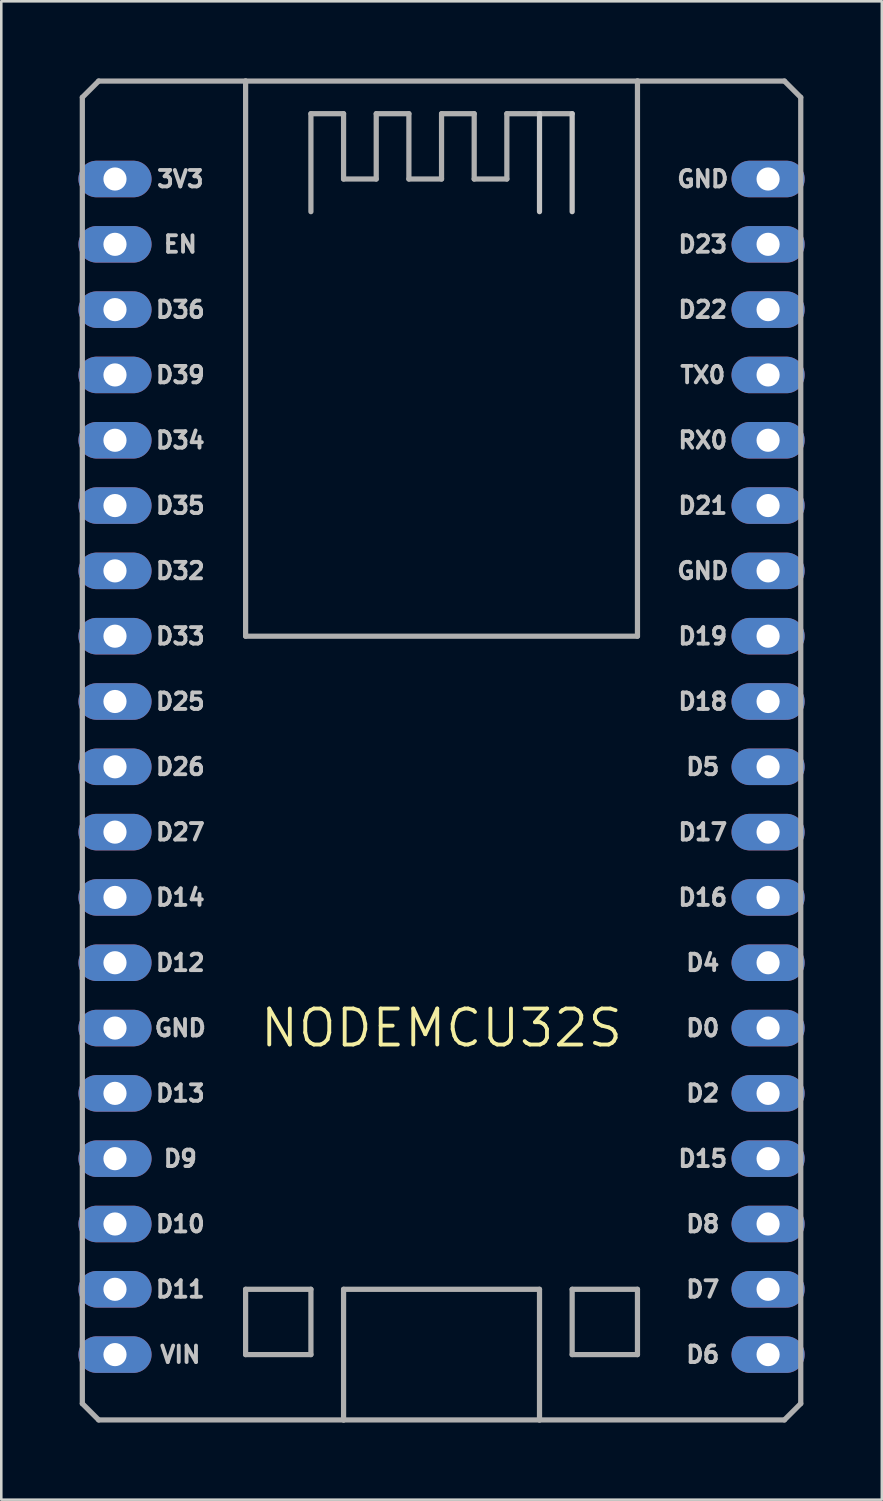
<source format=kicad_pcb>
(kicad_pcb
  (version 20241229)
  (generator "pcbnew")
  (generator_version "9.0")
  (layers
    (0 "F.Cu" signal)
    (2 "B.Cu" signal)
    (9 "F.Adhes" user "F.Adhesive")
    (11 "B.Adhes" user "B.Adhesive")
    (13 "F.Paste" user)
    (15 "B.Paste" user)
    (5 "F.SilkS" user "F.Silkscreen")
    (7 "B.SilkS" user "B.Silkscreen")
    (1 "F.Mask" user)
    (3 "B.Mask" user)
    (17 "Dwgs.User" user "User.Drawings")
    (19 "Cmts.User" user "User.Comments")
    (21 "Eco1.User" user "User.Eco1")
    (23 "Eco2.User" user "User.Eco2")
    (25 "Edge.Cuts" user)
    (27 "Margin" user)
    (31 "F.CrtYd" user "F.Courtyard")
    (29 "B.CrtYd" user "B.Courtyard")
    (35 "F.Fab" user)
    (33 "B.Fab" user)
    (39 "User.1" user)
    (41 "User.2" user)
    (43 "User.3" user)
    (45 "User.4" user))
  (footprint "NODEMCU32S"
    (layer "F.Cu")
    (at 14.122 26.772)
    (property "Reference" "NODEMCU32S" (at 0 10.16 180) (layer "F.SilkS") (effects (font (size 1.4 1.4) (thickness 0.15))))
    (attr through_hole)
    (fp_line (start 3.81 -25.4) (end 3.81 -21.59) (stroke (width 0.203) (type default)) (layer "Dwgs.User"))
    (fp_line (start 5.08 -25.4) (end 5.08 -21.59) (stroke (width 0.203) (type default)) (layer "Dwgs.User"))
    (fp_line (start -13.97 -26.035) (end -13.335 -26.67) (stroke (width 0.203) (type solid)) (layer "F.Fab"))
    (fp_line (start -13.97 24.765) (end -13.97 -26.035) (stroke (width 0.203) (type solid)) (layer "F.Fab"))
    (fp_line (start -13.97 24.765) (end -13.335 25.4) (stroke (width 0.203) (type solid)) (layer "F.Fab"))
    (fp_line (start -13.335 -26.67) (end -7.62 -26.67) (stroke (width 0.203) (type solid)) (layer "F.Fab"))
    (fp_line (start -13.335 25.4) (end -3.81 25.4) (stroke (width 0.203) (type solid)) (layer "F.Fab"))
    (fp_line (start -7.62 -26.67) (end -7.62 -5.08) (stroke (width 0.203) (type solid)) (layer "F.Fab"))
    (fp_line (start -7.62 -26.67) (end 7.62 -26.67) (stroke (width 0.203) (type solid)) (layer "F.Fab"))
    (fp_line (start -7.62 -5.08) (end 7.62 -5.08) (stroke (width 0.203) (type solid)) (layer "F.Fab"))
    (fp_line (start -7.62 20.32) (end -5.08 20.32) (stroke (width 0.203) (type solid)) (layer "F.Fab"))
    (fp_line (start -7.62 22.86) (end -7.62 20.32) (stroke (width 0.203) (type solid)) (layer "F.Fab"))
    (fp_line (start -5.08 -25.4) (end -3.81 -25.4) (stroke (width 0.203) (type solid)) (layer "F.Fab"))
    (fp_line (start -5.08 -21.59) (end -5.08 -25.4) (stroke (width 0.203) (type solid)) (layer "F.Fab"))
    (fp_line (start -5.08 20.32) (end -5.08 22.86) (stroke (width 0.203) (type solid)) (layer "F.Fab"))
    (fp_line (start -5.08 22.86) (end -7.62 22.86) (stroke (width 0.203) (type solid)) (layer "F.Fab"))
    (fp_line (start -3.81 -25.4) (end -3.81 -22.86) (stroke (width 0.203) (type solid)) (layer "F.Fab"))
    (fp_line (start -3.81 -22.86) (end -2.54 -22.86) (stroke (width 0.203) (type solid)) (layer "F.Fab"))
    (fp_line (start -3.81 20.32) (end 3.81 20.32) (stroke (width 0.203) (type solid)) (layer "F.Fab"))
    (fp_line (start -3.81 25.4) (end -3.81 20.32) (stroke (width 0.203) (type solid)) (layer "F.Fab"))
    (fp_line (start -3.81 25.4) (end 3.81 25.4) (stroke (width 0.203) (type solid)) (layer "F.Fab"))
    (fp_line (start -2.54 -25.4) (end -1.27 -25.4) (stroke (width 0.203) (type solid)) (layer "F.Fab"))
    (fp_line (start -2.54 -22.86) (end -2.54 -25.4) (stroke (width 0.203) (type solid)) (layer "F.Fab"))
    (fp_line (start -1.27 -25.4) (end -1.27 -22.86) (stroke (width 0.203) (type solid)) (layer "F.Fab"))
    (fp_line (start -1.27 -22.86) (end 0 -22.86) (stroke (width 0.203) (type solid)) (layer "F.Fab"))
    (fp_line (start 0 -25.4) (end 1.27 -25.4) (stroke (width 0.203) (type solid)) (layer "F.Fab"))
    (fp_line (start 0 -22.86) (end 0 -25.4) (stroke (width 0.203) (type solid)) (layer "F.Fab"))
    (fp_line (start 1.27 -25.4) (end 1.27 -22.86) (stroke (width 0.203) (type solid)) (layer "F.Fab"))
    (fp_line (start 1.27 -22.86) (end 2.54 -22.86) (stroke (width 0.203) (type solid)) (layer "F.Fab"))
    (fp_line (start 2.54 -25.4) (end 5.08 -25.4) (stroke (width 0.203) (type solid)) (layer "F.Fab"))
    (fp_line (start 2.54 -22.86) (end 2.54 -25.4) (stroke (width 0.203) (type solid)) (layer "F.Fab"))
    (fp_line (start 3.81 20.32) (end 3.81 25.4) (stroke (width 0.203) (type solid)) (layer "F.Fab"))
    (fp_line (start 3.81 25.4) (end 13.335 25.4) (stroke (width 0.203) (type solid)) (layer "F.Fab"))
    (fp_line (start 5.08 20.32) (end 5.08 22.86) (stroke (width 0.203) (type solid)) (layer "F.Fab"))
    (fp_line (start 5.08 22.86) (end 7.62 22.86) (stroke (width 0.203) (type solid)) (layer "F.Fab"))
    (fp_line (start 7.62 -26.67) (end 13.335 -26.67) (stroke (width 0.203) (type solid)) (layer "F.Fab"))
    (fp_line (start 7.62 -5.08) (end 7.62 -26.67) (stroke (width 0.203) (type solid)) (layer "F.Fab"))
    (fp_line (start 7.62 20.32) (end 5.08 20.32) (stroke (width 0.203) (type solid)) (layer "F.Fab"))
    (fp_line (start 7.62 22.86) (end 7.62 20.32) (stroke (width 0.203) (type solid)) (layer "F.Fab"))
    (fp_line (start 13.335 -26.67) (end 13.97 -26.035) (stroke (width 0.203) (type solid)) (layer "F.Fab"))
    (fp_line (start 13.97 -26.035) (end 13.97 24.765) (stroke (width 0.203) (type solid)) (layer "F.Fab"))
    (fp_line (start 13.97 24.765) (end 13.335 25.4) (stroke (width 0.203) (type solid)) (layer "F.Fab"))
    (fp_text user "D34" (at -10.16 -12.7 0) (layer "Dwgs.User") (effects (font (size 0.64 0.64) (thickness 0.15))))
    (fp_text user "D18" (at 10.16 -2.54 0) (layer "Dwgs.User") (effects (font (size 0.64 0.64) (thickness 0.15))))
    (fp_text user "VIN" (at -10.16 22.86 0) (layer "Dwgs.User") (effects (font (size 0.64 0.64) (thickness 0.15))))
    (fp_text user "D11" (at -10.16 20.32 0) (layer "Dwgs.User") (effects (font (size 0.64 0.64) (thickness 0.15))))
    (fp_text user "D39" (at -10.16 -15.24 0) (layer "Dwgs.User") (effects (font (size 0.64 0.64) (thickness 0.15))))
    (fp_text user "D2" (at 10.16 12.7 0) (layer "Dwgs.User") (effects (font (size 0.64 0.64) (thickness 0.15))))
    (fp_text user "D14" (at -10.16 5.08 0) (layer "Dwgs.User") (effects (font (size 0.64 0.64) (thickness 0.15))))
    (fp_text user "D7" (at 10.16 20.32 0) (layer "Dwgs.User") (effects (font (size 0.64 0.64) (thickness 0.15))))
    (fp_text user "D10" (at -10.16 17.78 0) (layer "Dwgs.User") (effects (font (size 0.64 0.64) (thickness 0.15))))
    (fp_text user "D17" (at 10.16 2.54 0) (layer "Dwgs.User") (effects (font (size 0.64 0.64) (thickness 0.15))))
    (fp_text user "D13" (at -10.16 12.7 0) (layer "Dwgs.User") (effects (font (size 0.64 0.64) (thickness 0.15))))
    (fp_text user "D33" (at -10.16 -5.08 0) (layer "Dwgs.User") (effects (font (size 0.64 0.64) (thickness 0.15))))
    (fp_text user "GND" (at -10.16 10.16 0) (layer "Dwgs.User") (effects (font (size 0.64 0.64) (thickness 0.15))))
    (fp_text user "GND" (at 10.16 -22.86 0) (layer "Dwgs.User") (effects (font (size 0.64 0.64) (thickness 0.15))))
    (fp_text user "GND" (at 10.16 -7.62 0) (layer "Dwgs.User") (effects (font (size 0.64 0.64) (thickness 0.15))))
    (fp_text user "D9" (at -10.16 15.24 0) (layer "Dwgs.User") (effects (font (size 0.64 0.64) (thickness 0.15))))
    (fp_text user "D22" (at 10.16 -17.78 0) (layer "Dwgs.User") (effects (font (size 0.64 0.64) (thickness 0.15))))
    (fp_text user "D6" (at 10.16 22.86 0) (layer "Dwgs.User") (effects (font (size 0.64 0.64) (thickness 0.15))))
    (fp_text user "D4" (at 10.16 7.62 0) (layer "Dwgs.User") (effects (font (size 0.64 0.64) (thickness 0.15))))
    (fp_text user "D25" (at -10.16 -2.54 0) (layer "Dwgs.User") (effects (font (size 0.64 0.64) (thickness 0.15))))
    (fp_text user "RX0" (at 10.16 -12.7 0) (layer "Dwgs.User") (effects (font (size 0.64 0.64) (thickness 0.15))))
    (fp_text user "D16" (at 10.16 5.08 0) (layer "Dwgs.User") (effects (font (size 0.64 0.64) (thickness 0.15))))
    (fp_text user "D27" (at -10.16 2.54 0) (layer "Dwgs.User") (effects (font (size 0.64 0.64) (thickness 0.15))))
    (fp_text user "D23" (at 10.16 -20.32 0) (layer "Dwgs.User") (effects (font (size 0.64 0.64) (thickness 0.15))))
    (fp_text user "D8" (at 10.16 17.78 0) (layer "Dwgs.User") (effects (font (size 0.64 0.64) (thickness 0.15))))
    (fp_text user "D19" (at 10.16 -5.08 0) (layer "Dwgs.User") (effects (font (size 0.64 0.64) (thickness 0.15))))
    (fp_text user "TX0" (at 10.16 -15.24 0) (layer "Dwgs.User") (effects (font (size 0.64 0.64) (thickness 0.15))))
    (fp_text user "D35" (at -10.16 -10.16 0) (layer "Dwgs.User") (effects (font (size 0.64 0.64) (thickness 0.15))))
    (fp_text user "D5" (at 10.16 0 0) (layer "Dwgs.User") (effects (font (size 0.64 0.64) (thickness 0.15))))
    (fp_text user "D12" (at -10.16 7.62 0) (layer "Dwgs.User") (effects (font (size 0.64 0.64) (thickness 0.15))))
    (fp_text user "D0" (at 10.16 10.16 0) (layer "Dwgs.User") (effects (font (size 0.64 0.64) (thickness 0.15))))
    (fp_text user "D21" (at 10.16 -10.16 0) (layer "Dwgs.User") (effects (font (size 0.64 0.64) (thickness 0.15))))
    (fp_text user "D26" (at -10.16 0 0) (layer "Dwgs.User") (effects (font (size 0.64 0.64) (thickness 0.15))))
    (fp_text user "D32" (at -10.16 -7.62 0) (layer "Dwgs.User") (effects (font (size 0.64 0.64) (thickness 0.15))))
    (fp_text user "3V3" (at -10.16 -22.86 0) (layer "Dwgs.User") (effects (font (size 0.64 0.64) (thickness 0.15))))
    (fp_text user "D36" (at -10.16 -17.78 0) (layer "Dwgs.User") (effects (font (size 0.64 0.64) (thickness 0.15))))
    (fp_text user "D15" (at 10.16 15.24 0) (layer "Dwgs.User") (effects (font (size 0.64 0.64) (thickness 0.15))))
    (fp_text user "EN" (at -10.16 -20.32 0) (layer "Dwgs.User") (effects (font (size 0.64 0.64) (thickness 0.15))))
    (pad "3V3" thru_hole oval (at -12.7 -22.86) (size 2.845 1.422) (drill 0.9) (layers "*.Cu" "*.Mask"))
    (pad "EN" thru_hole oval (at -12.7 -20.32) (size 2.845 1.422) (drill 0.9) (layers "*.Cu" "*.Mask"))
    (pad "GND" thru_hole oval (at -12.7 10.16) (size 2.845 1.422) (drill 0.9) (layers "*.Cu" "*.Mask"))
    (pad "GND" thru_hole oval (at 12.7 -22.86) (size 2.845 1.422) (drill 0.9) (layers "*.Cu" "*.Mask"))
    (pad "GND" thru_hole oval (at 12.7 -7.62) (size 2.845 1.422) (drill 0.9) (layers "*.Cu" "*.Mask"))
    (pad "GPIO0" thru_hole oval (at 12.7 10.16) (size 2.845 1.422) (drill 0.9) (layers "*.Cu" "*.Mask"))
    (pad "GPIO2" thru_hole oval (at 12.7 12.7) (size 2.845 1.422) (drill 0.9) (layers "*.Cu" "*.Mask"))
    (pad "GPIO4" thru_hole oval (at 12.7 7.62) (size 2.845 1.422) (drill 0.9) (layers "*.Cu" "*.Mask"))
    (pad "GPIO5" thru_hole oval (at 12.7 0) (size 2.845 1.422) (drill 0.9) (layers "*.Cu" "*.Mask"))
    (pad "GPIO6" thru_hole oval (at 12.7 22.86) (size 2.845 1.422) (drill 0.9) (layers "*.Cu" "*.Mask"))
    (pad "GPIO7" thru_hole oval (at 12.7 20.32) (size 2.845 1.422) (drill 0.9) (layers "*.Cu" "*.Mask"))
    (pad "GPIO8" thru_hole oval (at 12.7 17.78) (size 2.845 1.422) (drill 0.9) (layers "*.Cu" "*.Mask"))
    (pad "GPIO9" thru_hole oval (at -12.7 15.24) (size 2.845 1.422) (drill 0.9) (layers "*.Cu" "*.Mask"))
    (pad "GPIO10" thru_hole oval (at -12.7 17.78) (size 2.845 1.422) (drill 0.9) (layers "*.Cu" "*.Mask"))
    (pad "GPIO11" thru_hole oval (at -12.7 20.32) (size 2.845 1.422) (drill 0.9) (layers "*.Cu" "*.Mask"))
    (pad "GPIO12" thru_hole oval (at -12.7 7.62) (size 2.845 1.422) (drill 0.9) (layers "*.Cu" "*.Mask"))
    (pad "GPIO13" thru_hole oval (at -12.7 12.7) (size 2.845 1.422) (drill 0.9) (layers "*.Cu" "*.Mask"))
    (pad "GPIO14" thru_hole oval (at -12.7 5.08) (size 2.845 1.422) (drill 0.9) (layers "*.Cu" "*.Mask"))
    (pad "GPIO15" thru_hole oval (at 12.7 15.24) (size 2.845 1.422) (drill 0.9) (layers "*.Cu" "*.Mask"))
    (pad "GPIO16" thru_hole oval (at 12.7 5.08) (size 2.845 1.422) (drill 0.9) (layers "*.Cu" "*.Mask"))
    (pad "GPIO17" thru_hole oval (at 12.7 2.54) (size 2.845 1.422) (drill 0.9) (layers "*.Cu" "*.Mask"))
    (pad "GPIO18" thru_hole oval (at 12.7 -2.54) (size 2.845 1.422) (drill 0.9) (layers "*.Cu" "*.Mask"))
    (pad "GPIO19" thru_hole oval (at 12.7 -5.08) (size 2.845 1.422) (drill 0.9) (layers "*.Cu" "*.Mask"))
    (pad "GPIO21" thru_hole oval (at 12.7 -10.16) (size 2.845 1.422) (drill 0.9) (layers "*.Cu" "*.Mask"))
    (pad "GPIO22" thru_hole oval (at 12.7 -17.78) (size 2.845 1.422) (drill 0.9) (layers "*.Cu" "*.Mask"))
    (pad "GPIO23" thru_hole oval (at 12.7 -20.32) (size 2.845 1.422) (drill 0.9) (layers "*.Cu" "*.Mask"))
    (pad "GPIO25" thru_hole oval (at -12.7 -2.54) (size 2.845 1.422) (drill 0.9) (layers "*.Cu" "*.Mask"))
    (pad "GPIO26" thru_hole oval (at -12.7 0) (size 2.845 1.422) (drill 0.9) (layers "*.Cu" "*.Mask"))
    (pad "GPIO27" thru_hole oval (at -12.7 2.54) (size 2.845 1.422) (drill 0.9) (layers "*.Cu" "*.Mask"))
    (pad "GPIO32" thru_hole oval (at -12.7 -7.62) (size 2.845 1.422) (drill 0.9) (layers "*.Cu" "*.Mask"))
    (pad "GPIO33" thru_hole oval (at -12.7 -5.08) (size 2.845 1.422) (drill 0.9) (layers "*.Cu" "*.Mask"))
    (pad "GPIO34" thru_hole oval (at -12.7 -12.7) (size 2.845 1.422) (drill 0.9) (layers "*.Cu" "*.Mask"))
    (pad "GPIO35" thru_hole oval (at -12.7 -10.16) (size 2.845 1.422) (drill 0.9) (layers "*.Cu" "*.Mask"))
    (pad "GPIO36" thru_hole oval (at -12.7 -17.78) (size 2.845 1.422) (drill 0.9) (layers "*.Cu" "*.Mask"))
    (pad "GPIO39" thru_hole oval (at -12.7 -15.24) (size 2.845 1.422) (drill 0.9) (layers "*.Cu" "*.Mask"))
    (pad "RX0" thru_hole oval (at 12.7 -12.7) (size 2.845 1.422) (drill 0.9) (layers "*.Cu" "*.Mask"))
    (pad "TX0" thru_hole oval (at 12.7 -15.24) (size 2.845 1.422) (drill 0.9) (layers "*.Cu" "*.Mask"))
    (pad "VIN" thru_hole oval (at -12.7 22.86) (size 2.845 1.422) (drill 0.9) (layers "*.Cu" "*.Mask")))
  (gr_rect
    (start -3 -3)
    (end 31.245 55.273)
    (stroke (width 0.1) (type default))
    (fill no)
    (layer "Edge.Cuts")))
</source>
